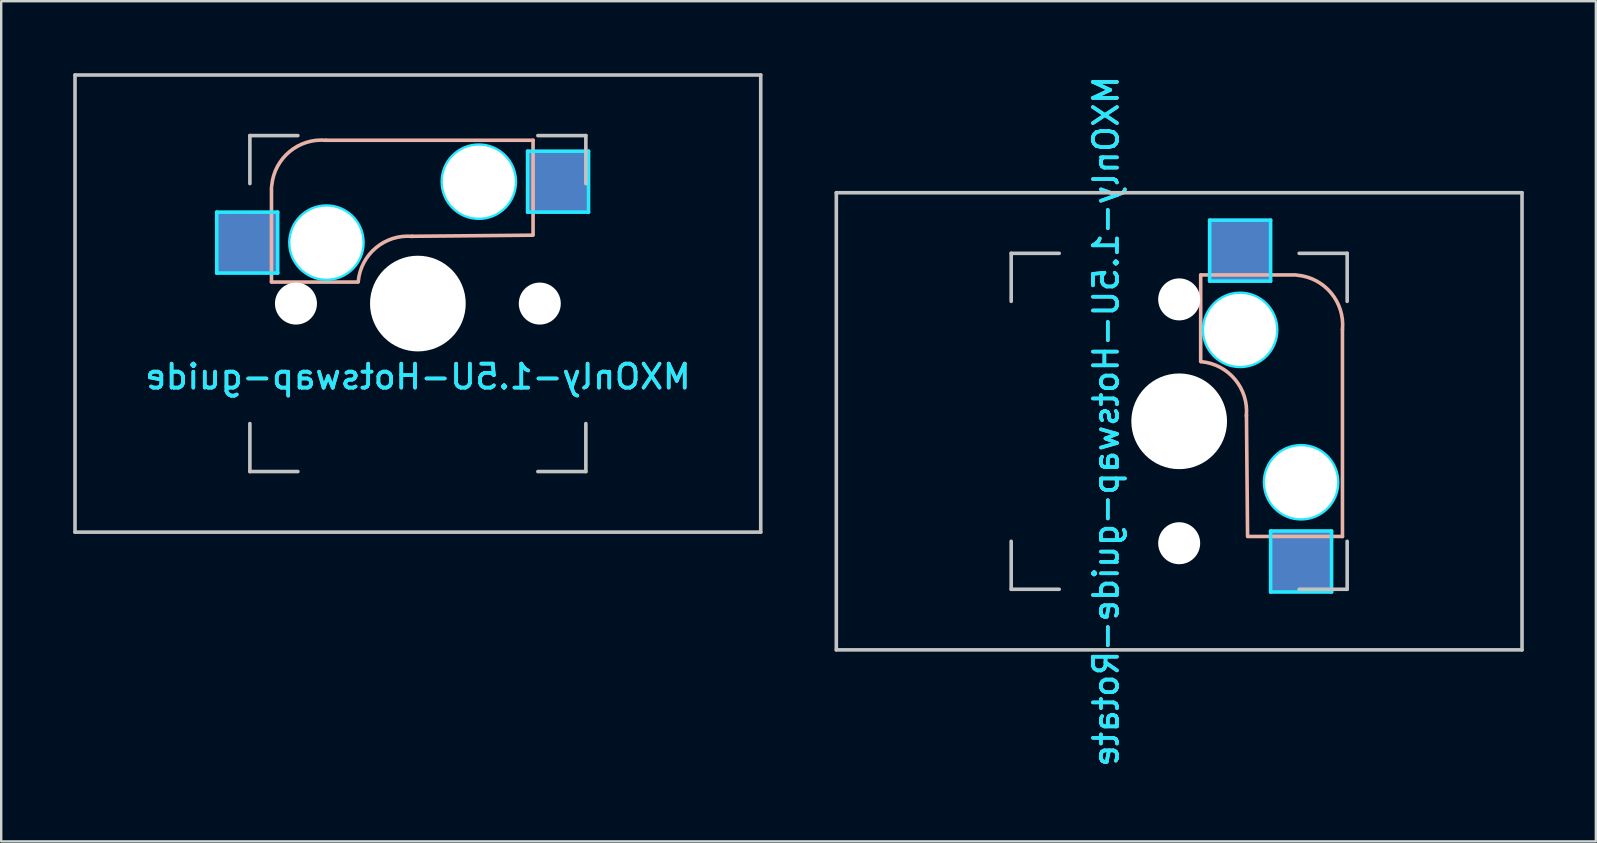
<source format=kicad_pcb>
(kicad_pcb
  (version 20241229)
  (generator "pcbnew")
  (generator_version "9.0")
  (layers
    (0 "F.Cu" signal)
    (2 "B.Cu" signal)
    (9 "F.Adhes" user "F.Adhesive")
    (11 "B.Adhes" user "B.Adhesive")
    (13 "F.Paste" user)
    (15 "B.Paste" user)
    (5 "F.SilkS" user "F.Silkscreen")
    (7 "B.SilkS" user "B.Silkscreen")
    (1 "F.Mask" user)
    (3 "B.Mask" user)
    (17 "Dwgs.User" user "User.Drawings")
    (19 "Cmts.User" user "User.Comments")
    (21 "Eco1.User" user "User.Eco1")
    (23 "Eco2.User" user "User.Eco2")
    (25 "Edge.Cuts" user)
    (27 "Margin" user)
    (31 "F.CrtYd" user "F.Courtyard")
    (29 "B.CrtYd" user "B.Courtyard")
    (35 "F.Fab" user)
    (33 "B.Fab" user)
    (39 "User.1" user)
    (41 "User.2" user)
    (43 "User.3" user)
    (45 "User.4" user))
  (footprint "MXOnly-1.5U-Hotswap-guide-Rotate"
    (layer "F.Cu")
    (at 46.087 14.506)
    (property "Reference" "MXOnly-1.5U-Hotswap-guide-Rotate" (at -3.048 0 270) (layer "B.CrtYd") (effects (font (size 1 1) (thickness 0.15)) (justify mirror)))
    (attr smd)
    (fp_line (start 0.896 -6.1) (end 0.896 -2.49) (stroke (width 0.15) (type solid)) (layer "B.SilkS"))
    (fp_line (start 2.85 4.8) (end 2.804 -0.25) (stroke (width 0.15) (type solid)) (layer "B.SilkS"))
    (fp_line (start 2.896 4.8) (end 6.804 4.8) (stroke (width 0.15) (type solid)) (layer "B.SilkS"))
    (fp_line (start 4.85 -6.1) (end 0.905 -6.1) (stroke (width 0.15) (type solid)) (layer "B.SilkS"))
    (fp_line (start 6.804 4.8) (end 6.804 -3.825) (stroke (width 0.15) (type solid)) (layer "B.SilkS"))
    (fp_arc (start 0.92 -2.485) (mid 2.328061 -1.744361) (end 2.8 -0.225) (stroke (width 0.15) (type solid)) (layer "B.SilkS"))
    (fp_arc (start 4.92 -6.089) (mid 6.33089 -5.347189) (end 6.804 -3.825) (stroke (width 0.15) (type solid)) (layer "B.SilkS"))
    (fp_line (start -14.287 -9.525) (end 14.287 -9.525) (stroke (width 0.15) (type solid)) (layer "Dwgs.User"))
    (fp_line (start -14.287 9.525) (end -14.287 -9.525) (stroke (width 0.15) (type solid)) (layer "Dwgs.User"))
    (fp_line (start -7 -7) (end -7 -5) (stroke (width 0.15) (type solid)) (layer "Dwgs.User"))
    (fp_line (start -7 5) (end -7 7) (stroke (width 0.15) (type solid)) (layer "Dwgs.User"))
    (fp_line (start -7 7) (end -5 7) (stroke (width 0.15) (type solid)) (layer "Dwgs.User"))
    (fp_line (start -5 -7) (end -7 -7) (stroke (width 0.15) (type solid)) (layer "Dwgs.User"))
    (fp_line (start 7 -7) (end 5 -7) (stroke (width 0.15) (type solid)) (layer "Dwgs.User"))
    (fp_line (start 7 -5) (end 7 -7) (stroke (width 0.15) (type solid)) (layer "Dwgs.User"))
    (fp_line (start 7 5) (end 7 7) (stroke (width 0.15) (type solid)) (layer "Dwgs.User"))
    (fp_line (start 7 7) (end 5 7) (stroke (width 0.15) (type solid)) (layer "Dwgs.User"))
    (fp_line (start 14.287 -9.525) (end 14.287 9.525) (stroke (width 0.15) (type solid)) (layer "Dwgs.User"))
    (fp_line (start 14.287 9.525) (end -14.287 9.525) (stroke (width 0.15) (type solid)) (layer "Dwgs.User"))
    (fp_line (start 1.27 -8.382) (end 3.81 -8.382) (stroke (width 0.15) (type solid)) (layer "B.CrtYd"))
    (fp_line (start 1.27 -5.842) (end 1.27 -8.382) (stroke (width 0.15) (type solid)) (layer "B.CrtYd"))
    (fp_line (start 3.81 -8.382) (end 3.81 -5.842) (stroke (width 0.15) (type solid)) (layer "B.CrtYd"))
    (fp_line (start 3.81 -5.842) (end 1.27 -5.842) (stroke (width 0.15) (type solid)) (layer "B.CrtYd"))
    (fp_line (start 3.81 4.572) (end 6.35 4.572) (stroke (width 0.15) (type solid)) (layer "B.CrtYd"))
    (fp_line (start 3.81 7.112) (end 3.81 4.572) (stroke (width 0.15) (type solid)) (layer "B.CrtYd"))
    (fp_line (start 6.35 4.572) (end 6.35 7.112) (stroke (width 0.15) (type solid)) (layer "B.CrtYd"))
    (fp_line (start 6.35 7.112) (end 3.81 7.112) (stroke (width 0.15) (type solid)) (layer "B.CrtYd"))
    (fp_circle (center 2.54 -3.81) (end 4.064 -3.81) (stroke (width 0.15) (type solid)) (fill no) (layer "B.CrtYd"))
    (fp_circle (center 5.08 2.54) (end 6.604 2.54) (stroke (width 0.15) (type solid)) (fill no) (layer "B.CrtYd"))
    (fp_text user "${REFERENCE}" (at -3.048 0 270) (layer "B.SilkS") (effects (font (size 1 1) (thickness 0.15)) (justify mirror)))
    (pad "" np_thru_hole circle (at 0 -5.08 318.1) (size 1.75 1.75) (drill 1.75) (layers "*.Cu" "*.Mask"))
    (pad "" np_thru_hole circle (at 0 0 270) (size 3.988 3.988) (drill 3.988) (layers "*.Cu" "*.Mask"))
    (pad "" np_thru_hole circle (at 0 5.08 318.1) (size 1.75 1.75) (drill 1.75) (layers "*.Cu" "*.Mask"))
    (pad "" np_thru_hole circle (at 2.54 -3.81 270) (size 3 3) (drill 3) (layers "*.Cu" "*.Mask"))
    (pad "" np_thru_hole circle (at 5.08 2.54 270) (size 3 3) (drill 3) (layers "*.Cu" "*.Mask"))
    (pad "1" smd rect (at 2.54 -7.085 270) (size 2.55 2.5) (layers "B.Cu" "B.Mask" "B.Paste"))
    (pad "2" smd rect (at 5.08 5.842 270) (size 2.55 2.5) (layers "B.Cu" "B.Mask" "B.Paste")))
  (footprint "MXOnly-1.5U-Hotswap-guide"
    (layer "F.Cu")
    (at 14.363 9.6)
    (property "Reference" "MXOnly-1.5U-Hotswap-guide" (at 0 3.048 0) (layer "B.CrtYd") (effects (font (size 1 1) (thickness 0.15)) (justify mirror)))
    (attr smd)
    (fp_line (start -6.1 -4.85) (end -6.1 -0.905) (stroke (width 0.15) (type solid)) (layer "B.SilkS"))
    (fp_line (start -6.1 -0.896) (end -2.49 -0.896) (stroke (width 0.15) (type solid)) (layer "B.SilkS"))
    (fp_line (start 4.8 -6.804) (end -3.825 -6.804) (stroke (width 0.15) (type solid)) (layer "B.SilkS"))
    (fp_line (start 4.8 -2.896) (end 4.8 -6.804) (stroke (width 0.15) (type solid)) (layer "B.SilkS"))
    (fp_line (start 4.8 -2.85) (end -0.25 -2.804) (stroke (width 0.15) (type solid)) (layer "B.SilkS"))
    (fp_arc (start -6.089 -4.92) (mid -5.347189 -6.33089) (end -3.825 -6.804) (stroke (width 0.15) (type solid)) (layer "B.SilkS"))
    (fp_arc (start -2.485 -0.92) (mid -1.744361 -2.328061) (end -0.225 -2.8) (stroke (width 0.15) (type solid)) (layer "B.SilkS"))
    (fp_line (start -14.287 -9.525) (end 14.287 -9.525) (stroke (width 0.15) (type solid)) (layer "Dwgs.User"))
    (fp_line (start -14.287 9.525) (end -14.287 -9.525) (stroke (width 0.15) (type solid)) (layer "Dwgs.User"))
    (fp_line (start -7 -7) (end -7 -5) (stroke (width 0.15) (type solid)) (layer "Dwgs.User"))
    (fp_line (start -7 5) (end -7 7) (stroke (width 0.15) (type solid)) (layer "Dwgs.User"))
    (fp_line (start -7 7) (end -5 7) (stroke (width 0.15) (type solid)) (layer "Dwgs.User"))
    (fp_line (start -5 -7) (end -7 -7) (stroke (width 0.15) (type solid)) (layer "Dwgs.User"))
    (fp_line (start 5 -7) (end 7 -7) (stroke (width 0.15) (type solid)) (layer "Dwgs.User"))
    (fp_line (start 5 7) (end 7 7) (stroke (width 0.15) (type solid)) (layer "Dwgs.User"))
    (fp_line (start 7 -7) (end 7 -5) (stroke (width 0.15) (type solid)) (layer "Dwgs.User"))
    (fp_line (start 7 7) (end 7 5) (stroke (width 0.15) (type solid)) (layer "Dwgs.User"))
    (fp_line (start 14.287 -9.525) (end 14.287 9.525) (stroke (width 0.15) (type solid)) (layer "Dwgs.User"))
    (fp_line (start 14.287 9.525) (end -14.287 9.525) (stroke (width 0.15) (type solid)) (layer "Dwgs.User"))
    (fp_line (start -8.382 -3.81) (end -5.842 -3.81) (stroke (width 0.15) (type solid)) (layer "B.CrtYd"))
    (fp_line (start -8.382 -1.27) (end -8.382 -3.81) (stroke (width 0.15) (type solid)) (layer "B.CrtYd"))
    (fp_line (start -5.842 -3.81) (end -5.842 -1.27) (stroke (width 0.15) (type solid)) (layer "B.CrtYd"))
    (fp_line (start -5.842 -1.27) (end -8.382 -1.27) (stroke (width 0.15) (type solid)) (layer "B.CrtYd"))
    (fp_line (start 4.572 -6.35) (end 7.112 -6.35) (stroke (width 0.15) (type solid)) (layer "B.CrtYd"))
    (fp_line (start 4.572 -3.81) (end 4.572 -6.35) (stroke (width 0.15) (type solid)) (layer "B.CrtYd"))
    (fp_line (start 7.112 -6.35) (end 7.112 -3.81) (stroke (width 0.15) (type solid)) (layer "B.CrtYd"))
    (fp_line (start 7.112 -3.81) (end 4.572 -3.81) (stroke (width 0.15) (type solid)) (layer "B.CrtYd"))
    (fp_circle (center -3.81 -2.54) (end -3.81 -4.064) (stroke (width 0.15) (type solid)) (fill no) (layer "B.CrtYd"))
    (fp_circle (center 2.54 -5.08) (end 2.54 -6.604) (stroke (width 0.15) (type solid)) (fill no) (layer "B.CrtYd"))
    (fp_text user "${REFERENCE}" (at 0 3.048 0) (layer "B.SilkS") (effects (font (size 1 1) (thickness 0.15)) (justify mirror)))
    (pad "" np_thru_hole circle (at -5.08 0 48.1) (size 1.75 1.75) (drill 1.75) (layers "*.Cu" "*.Mask"))
    (pad "" np_thru_hole circle (at -3.81 -2.54) (size 3 3) (drill 3) (layers "*.Cu" "*.Mask"))
    (pad "" np_thru_hole circle (at 0 0) (size 3.988 3.988) (drill 3.988) (layers "*.Cu" "*.Mask"))
    (pad "" np_thru_hole circle (at 2.54 -5.08) (size 3 3) (drill 3) (layers "*.Cu" "*.Mask"))
    (pad "" np_thru_hole circle (at 5.08 0 48.1) (size 1.75 1.75) (drill 1.75) (layers "*.Cu" "*.Mask"))
    (pad "1" smd rect (at -7.085 -2.54) (size 2.55 2.5) (layers "B.Cu" "B.Mask" "B.Paste"))
    (pad "2" smd rect (at 5.842 -5.08) (size 2.55 2.5) (layers "B.Cu" "B.Mask" "B.Paste")))
  (gr_rect
    (start -3 -3)
    (end 63.45 32.012)
    (stroke (width 0.1) (type default))
    (fill no)
    (layer "Edge.Cuts")))
</source>
